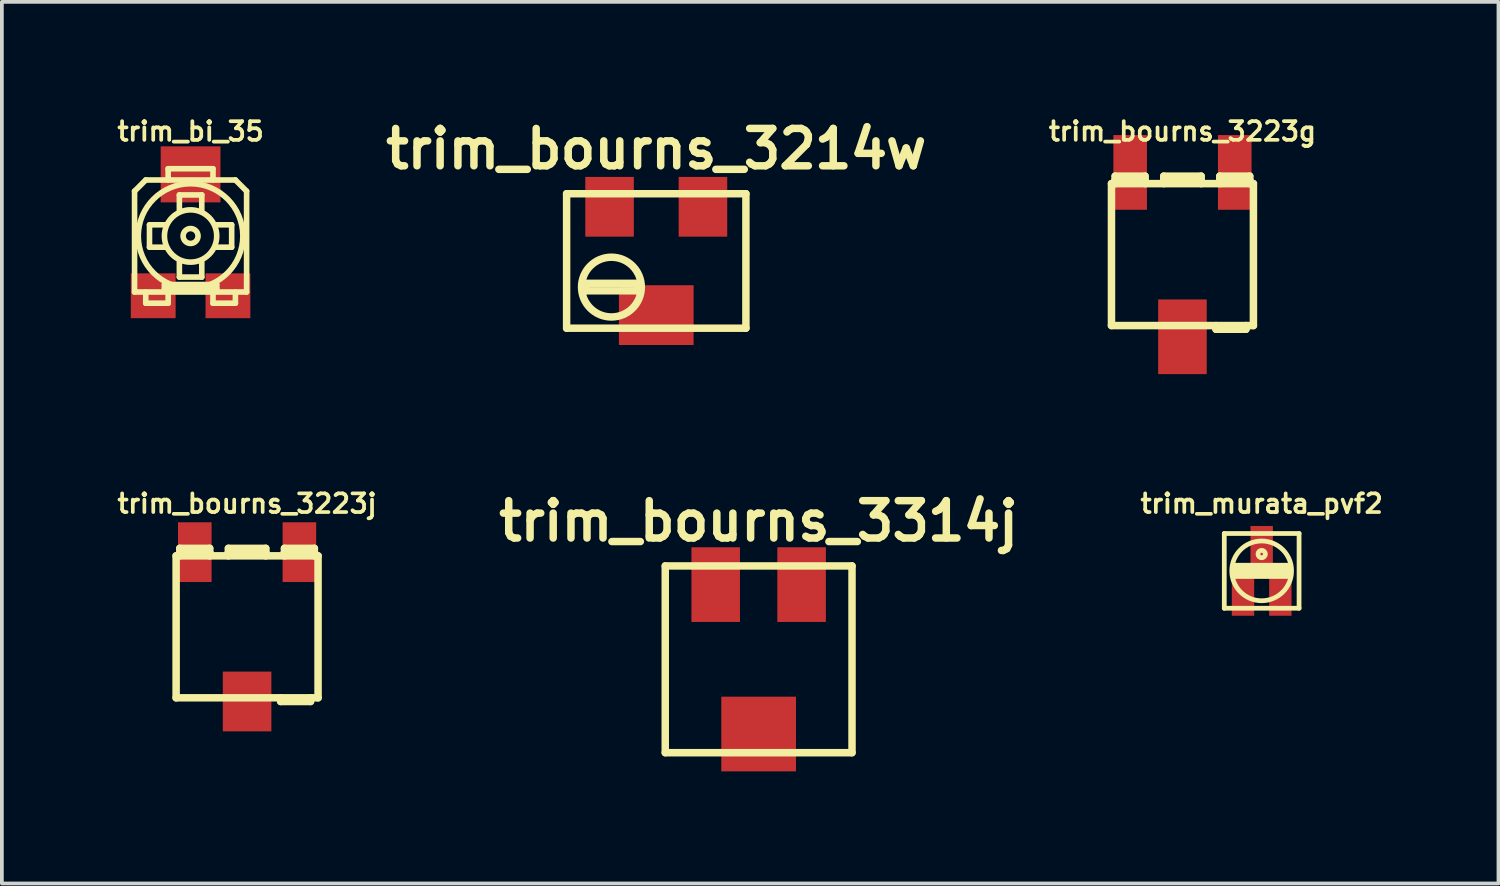
<source format=kicad_pcb>
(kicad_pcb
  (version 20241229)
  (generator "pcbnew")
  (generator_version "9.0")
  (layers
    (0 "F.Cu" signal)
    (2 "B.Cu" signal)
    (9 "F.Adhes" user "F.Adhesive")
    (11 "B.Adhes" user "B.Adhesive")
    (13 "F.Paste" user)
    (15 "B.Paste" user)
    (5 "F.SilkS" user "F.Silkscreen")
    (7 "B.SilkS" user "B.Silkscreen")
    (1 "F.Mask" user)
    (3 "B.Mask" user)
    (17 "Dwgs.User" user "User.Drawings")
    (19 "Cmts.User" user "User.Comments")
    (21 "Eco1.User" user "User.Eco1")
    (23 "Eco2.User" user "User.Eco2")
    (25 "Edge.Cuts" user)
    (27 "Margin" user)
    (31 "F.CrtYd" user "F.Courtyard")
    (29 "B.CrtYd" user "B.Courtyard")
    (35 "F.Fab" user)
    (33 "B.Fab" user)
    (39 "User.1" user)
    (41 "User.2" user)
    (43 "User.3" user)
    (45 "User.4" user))
  (footprint "trim_bourns_3314j"
    (layer "F.Cu")
    (at 17.26 14.601)
    (property "Reference" "trim_bourns_3314j" (at 0 -3.7 0) (layer "F.SilkS") (effects (font (size 1 1) (thickness 0.2))))
    (attr smd)
    (fp_line (start -2.5 -2.5) (end -2.5 2.5) (stroke (width 0.2) (type solid)) (layer "F.SilkS"))
    (fp_line (start -2.5 2.5) (end 2.5 2.5) (stroke (width 0.2) (type solid)) (layer "F.SilkS"))
    (fp_line (start 2.5 -2.5) (end -2.5 -2.5) (stroke (width 0.2) (type solid)) (layer "F.SilkS"))
    (fp_line (start 2.5 2.5) (end 2.5 -2.5) (stroke (width 0.2) (type solid)) (layer "F.SilkS"))
    (pad "1" smd rect (at 1.15 -2) (size 1.3 2) (layers "F.Cu" "F.Mask" "F.Paste"))
    (pad "2" smd rect (at 0 2) (size 2 2) (layers "F.Cu" "F.Mask" "F.Paste"))
    (pad "3" smd rect (at -1.15 -2) (size 1.3 2) (layers "F.Cu" "F.Mask" "F.Paste")))
  (footprint "trim_bi_35"
    (layer "F.Cu")
    (at 2.052 3.268)
    (property "Reference" "trim_bi_35" (at 0 -2.8 0) (layer "F.SilkS") (effects (font (size 0.5 0.5) (thickness 0.1))))
    (attr smd)
    (fp_line (start -1.5 1.5) (end -1.5 -1.2) (stroke (width 0.15) (type solid)) (layer "F.SilkS"))
    (fp_line (start -1.2 -1.5) (end -1.5 -1.2) (stroke (width 0.15) (type solid)) (layer "F.SilkS"))
    (fp_line (start -1.2 -1.5) (end 1.2 -1.5) (stroke (width 0.15) (type solid)) (layer "F.SilkS"))
    (fp_line (start -1.2 1.8) (end -1.2 1.5) (stroke (width 0.15) (type solid)) (layer "F.SilkS"))
    (fp_line (start -1.1 -0.3) (end -0.7 -0.3) (stroke (width 0.15) (type solid)) (layer "F.SilkS"))
    (fp_line (start -1.1 0.3) (end -1.1 -0.3) (stroke (width 0.15) (type solid)) (layer "F.SilkS"))
    (fp_line (start -0.7 0.3) (end -1.1 0.3) (stroke (width 0.15) (type solid)) (layer "F.SilkS"))
    (fp_line (start -0.7 1.3) (end 0.7 1.3) (stroke (width 0.15) (type solid)) (layer "F.SilkS"))
    (fp_line (start -0.7 1.4) (end -0.7 1.3) (stroke (width 0.15) (type solid)) (layer "F.SilkS"))
    (fp_line (start -0.6 -1.8) (end 0.6 -1.8) (stroke (width 0.15) (type solid)) (layer "F.SilkS"))
    (fp_line (start -0.6 -1.5) (end -0.6 -1.8) (stroke (width 0.15) (type solid)) (layer "F.SilkS"))
    (fp_line (start -0.6 1.5) (end -0.6 1.8) (stroke (width 0.15) (type solid)) (layer "F.SilkS"))
    (fp_line (start -0.6 1.8) (end -1.2 1.8) (stroke (width 0.15) (type solid)) (layer "F.SilkS"))
    (fp_line (start -0.3 -1.1) (end 0.3 -1.1) (stroke (width 0.15) (type solid)) (layer "F.SilkS"))
    (fp_line (start -0.3 -0.7) (end -0.3 -1.1) (stroke (width 0.15) (type solid)) (layer "F.SilkS"))
    (fp_line (start -0.3 1.1) (end -0.3 0.7) (stroke (width 0.15) (type solid)) (layer "F.SilkS"))
    (fp_line (start 0.3 -1.1) (end 0.3 -0.7) (stroke (width 0.15) (type solid)) (layer "F.SilkS"))
    (fp_line (start 0.3 0.7) (end 0.3 1.1) (stroke (width 0.15) (type solid)) (layer "F.SilkS"))
    (fp_line (start 0.3 1.1) (end -0.3 1.1) (stroke (width 0.15) (type solid)) (layer "F.SilkS"))
    (fp_line (start 0.6 -1.8) (end 0.6 -1.5) (stroke (width 0.15) (type solid)) (layer "F.SilkS"))
    (fp_line (start 0.6 1.8) (end 0.6 1.5) (stroke (width 0.15) (type solid)) (layer "F.SilkS"))
    (fp_line (start 0.7 -0.3) (end 1.1 -0.3) (stroke (width 0.15) (type solid)) (layer "F.SilkS"))
    (fp_line (start 0.7 1.4) (end -0.7 1.4) (stroke (width 0.15) (type solid)) (layer "F.SilkS"))
    (fp_line (start 0.7 1.4) (end 0.7 1.3) (stroke (width 0.15) (type solid)) (layer "F.SilkS"))
    (fp_line (start 1.1 -0.3) (end 1.1 0.3) (stroke (width 0.15) (type solid)) (layer "F.SilkS"))
    (fp_line (start 1.1 0.3) (end 0.7 0.3) (stroke (width 0.15) (type solid)) (layer "F.SilkS"))
    (fp_line (start 1.2 -1.5) (end 1.5 -1.2) (stroke (width 0.15) (type solid)) (layer "F.SilkS"))
    (fp_line (start 1.2 1.5) (end 1.2 1.8) (stroke (width 0.15) (type solid)) (layer "F.SilkS"))
    (fp_line (start 1.2 1.8) (end 0.6 1.8) (stroke (width 0.15) (type solid)) (layer "F.SilkS"))
    (fp_line (start 1.5 -1.2) (end 1.5 1.5) (stroke (width 0.15) (type solid)) (layer "F.SilkS"))
    (fp_line (start 1.5 1.5) (end -1.5 1.5) (stroke (width 0.15) (type solid)) (layer "F.SilkS"))
    (fp_circle (center 0 0) (end 0.2 0) (stroke (width 0.15) (type solid)) (fill no) (layer "F.SilkS"))
    (fp_circle (center 0 0) (end 0.7 0) (stroke (width 0.15) (type solid)) (fill no) (layer "F.SilkS"))
    (fp_circle (center 0 0) (end 1.4 0) (stroke (width 0.15) (type solid)) (fill no) (layer "F.SilkS"))
    (pad "1" smd rect (at -1 1.6) (size 1.2 1.2) (layers "F.Cu" "F.Mask" "F.Paste"))
    (pad "2" smd rect (at 0 -1.65) (size 1.6 1.5) (layers "F.Cu" "F.Mask" "F.Paste"))
    (pad "3" smd rect (at 1 1.6) (size 1.2 1.2) (layers "F.Cu" "F.Mask" "F.Paste")))
  (footprint "trim_bourns_3223g"
    (layer "F.Cu")
    (at 28.606 3.766)
    (property "Reference" "trim_bourns_3223g" (at 0 -3.299 0) (layer "F.SilkS") (effects (font (size 0.5 0.5) (thickness 0.099))))
    (attr smd)
    (fp_line (start -1.9 -1.9) (end 1.9 -1.9) (stroke (width 0.201) (type solid)) (layer "F.SilkS"))
    (fp_line (start -1.9 1.9) (end -1.9 -1.9) (stroke (width 0.201) (type solid)) (layer "F.SilkS"))
    (fp_line (start -1.801 -2.101) (end -1.801 -1.999) (stroke (width 0.201) (type solid)) (layer "F.SilkS"))
    (fp_line (start -1.801 -1.999) (end -1.001 -1.999) (stroke (width 0.201) (type solid)) (layer "F.SilkS"))
    (fp_line (start -1.801 -1.9) (end -1.801 -1.999) (stroke (width 0.201) (type solid)) (layer "F.SilkS"))
    (fp_line (start -1.001 -2.101) (end -1.801 -2.101) (stroke (width 0.201) (type solid)) (layer "F.SilkS"))
    (fp_line (start -1.001 -1.999) (end -1.001 -2.101) (stroke (width 0.201) (type solid)) (layer "F.SilkS"))
    (fp_line (start -1.001 -1.999) (end -1.001 -1.9) (stroke (width 0.201) (type solid)) (layer "F.SilkS"))
    (fp_line (start -0.5 -2.101) (end -0.5 -1.999) (stroke (width 0.201) (type solid)) (layer "F.SilkS"))
    (fp_line (start -0.5 -1.999) (end 0.5 -1.999) (stroke (width 0.201) (type solid)) (layer "F.SilkS"))
    (fp_line (start -0.5 -1.9) (end -0.5 -1.999) (stroke (width 0.201) (type solid)) (layer "F.SilkS"))
    (fp_line (start 0.5 -2.101) (end -0.5 -2.101) (stroke (width 0.201) (type solid)) (layer "F.SilkS"))
    (fp_line (start 0.5 -1.999) (end 0.5 -2.101) (stroke (width 0.201) (type solid)) (layer "F.SilkS"))
    (fp_line (start 0.5 -1.999) (end 0.5 -1.9) (stroke (width 0.201) (type solid)) (layer "F.SilkS"))
    (fp_line (start 0.899 1.9) (end 0.899 1.999) (stroke (width 0.201) (type solid)) (layer "F.SilkS"))
    (fp_line (start 0.899 1.999) (end 1.699 1.999) (stroke (width 0.201) (type solid)) (layer "F.SilkS"))
    (fp_line (start 1.001 -2.101) (end 1.001 -1.999) (stroke (width 0.201) (type solid)) (layer "F.SilkS"))
    (fp_line (start 1.001 -1.999) (end 1.801 -1.999) (stroke (width 0.201) (type solid)) (layer "F.SilkS"))
    (fp_line (start 1.001 -1.9) (end 1.001 -1.999) (stroke (width 0.201) (type solid)) (layer "F.SilkS"))
    (fp_line (start 1.699 1.999) (end 1.699 1.9) (stroke (width 0.201) (type solid)) (layer "F.SilkS"))
    (fp_line (start 1.801 -2.101) (end 1.001 -2.101) (stroke (width 0.201) (type solid)) (layer "F.SilkS"))
    (fp_line (start 1.801 -1.999) (end 1.801 -2.101) (stroke (width 0.201) (type solid)) (layer "F.SilkS"))
    (fp_line (start 1.801 -1.999) (end 1.801 -1.9) (stroke (width 0.201) (type solid)) (layer "F.SilkS"))
    (fp_line (start 1.9 -1.9) (end 1.9 1.9) (stroke (width 0.201) (type solid)) (layer "F.SilkS"))
    (fp_line (start 1.9 1.9) (end -1.9 1.9) (stroke (width 0.201) (type solid)) (layer "F.SilkS"))
    (pad "1" smd rect (at -1.4 -2.2) (size 0.899 1.999) (layers "F.Cu" "F.Mask" "F.Paste"))
    (pad "2" smd rect (at 0 2.2) (size 1.3 1.999) (layers "F.Cu" "F.Mask" "F.Paste"))
    (pad "3" smd rect (at 1.4 -2.2) (size 0.899 1.999) (layers "F.Cu" "F.Mask" "F.Paste")))
  (footprint "trim_murata_pvf2"
    (layer "F.Cu")
    (at 30.727 12.233)
    (property "Reference" "trim_murata_pvf2" (at 0 -1.801 0) (layer "F.SilkS") (effects (font (size 0.5 0.5) (thickness 0.099))))
    (attr smd)
    (fp_line (start -1.001 -1.001) (end 1.001 -1.001) (stroke (width 0.127) (type solid)) (layer "F.SilkS"))
    (fp_line (start -1.001 1.001) (end -1.001 -1.001) (stroke (width 0.127) (type solid)) (layer "F.SilkS"))
    (fp_line (start -0.749 -0.15) (end 0.749 -0.15) (stroke (width 0.127) (type solid)) (layer "F.SilkS"))
    (fp_line (start -0.749 -0.051) (end 0.749 -0.051) (stroke (width 0.127) (type solid)) (layer "F.SilkS"))
    (fp_line (start -0.749 0.15) (end -0.749 -0.15) (stroke (width 0.127) (type solid)) (layer "F.SilkS"))
    (fp_line (start 0.749 -0.15) (end 0.749 0.15) (stroke (width 0.127) (type solid)) (layer "F.SilkS"))
    (fp_line (start 0.749 0.051) (end -0.749 0.051) (stroke (width 0.127) (type solid)) (layer "F.SilkS"))
    (fp_line (start 0.749 0.15) (end -0.749 0.15) (stroke (width 0.127) (type solid)) (layer "F.SilkS"))
    (fp_line (start 1.001 -1.001) (end 1.001 1.001) (stroke (width 0.127) (type solid)) (layer "F.SilkS"))
    (fp_line (start 1.001 1.001) (end -1.001 1.001) (stroke (width 0.127) (type solid)) (layer "F.SilkS"))
    (fp_circle (center 0 -0.45) (end -0.099 -0.45) (stroke (width 0.127) (type solid)) (fill no) (layer "F.SilkS"))
    (fp_circle (center 0 0) (end -0.8 0) (stroke (width 0.127) (type solid)) (fill no) (layer "F.SilkS"))
    (pad "1" smd rect (at -0.5 0.701) (size 0.599 1.001) (layers "F.Cu" "F.Mask" "F.Paste"))
    (pad "2" smd rect (at 0 -0.701) (size 0.599 1.001) (layers "F.Cu" "F.Mask" "F.Paste"))
    (pad "3" smd rect (at 0.5 0.701) (size 0.599 1.001) (layers "F.Cu" "F.Mask" "F.Paste")))
  (footprint "trim_bourns_3223j"
    (layer "F.Cu")
    (at 3.565 13.731)
    (property "Reference" "trim_bourns_3223j" (at 0 -3.299 0) (layer "F.SilkS") (effects (font (size 0.5 0.5) (thickness 0.099))))
    (attr smd)
    (fp_line (start -1.9 -1.9) (end 1.9 -1.9) (stroke (width 0.201) (type solid)) (layer "F.SilkS"))
    (fp_line (start -1.9 1.9) (end -1.9 -1.9) (stroke (width 0.201) (type solid)) (layer "F.SilkS"))
    (fp_line (start -1.801 -2.101) (end -1.801 -1.999) (stroke (width 0.201) (type solid)) (layer "F.SilkS"))
    (fp_line (start -1.801 -1.999) (end -1.001 -1.999) (stroke (width 0.201) (type solid)) (layer "F.SilkS"))
    (fp_line (start -1.801 -1.9) (end -1.801 -1.999) (stroke (width 0.201) (type solid)) (layer "F.SilkS"))
    (fp_line (start -1.001 -2.101) (end -1.801 -2.101) (stroke (width 0.201) (type solid)) (layer "F.SilkS"))
    (fp_line (start -1.001 -1.999) (end -1.001 -2.101) (stroke (width 0.201) (type solid)) (layer "F.SilkS"))
    (fp_line (start -1.001 -1.999) (end -1.001 -1.9) (stroke (width 0.201) (type solid)) (layer "F.SilkS"))
    (fp_line (start -0.5 -2.101) (end -0.5 -1.999) (stroke (width 0.201) (type solid)) (layer "F.SilkS"))
    (fp_line (start -0.5 -1.999) (end 0.5 -1.999) (stroke (width 0.201) (type solid)) (layer "F.SilkS"))
    (fp_line (start -0.5 -1.9) (end -0.5 -1.999) (stroke (width 0.201) (type solid)) (layer "F.SilkS"))
    (fp_line (start 0.5 -2.101) (end -0.5 -2.101) (stroke (width 0.201) (type solid)) (layer "F.SilkS"))
    (fp_line (start 0.5 -1.999) (end 0.5 -2.101) (stroke (width 0.201) (type solid)) (layer "F.SilkS"))
    (fp_line (start 0.5 -1.999) (end 0.5 -1.9) (stroke (width 0.201) (type solid)) (layer "F.SilkS"))
    (fp_line (start 0.899 1.9) (end 0.899 1.999) (stroke (width 0.201) (type solid)) (layer "F.SilkS"))
    (fp_line (start 0.899 1.999) (end 1.699 1.999) (stroke (width 0.201) (type solid)) (layer "F.SilkS"))
    (fp_line (start 1.001 -2.101) (end 1.001 -1.999) (stroke (width 0.201) (type solid)) (layer "F.SilkS"))
    (fp_line (start 1.001 -1.999) (end 1.801 -1.999) (stroke (width 0.201) (type solid)) (layer "F.SilkS"))
    (fp_line (start 1.001 -1.9) (end 1.001 -1.999) (stroke (width 0.201) (type solid)) (layer "F.SilkS"))
    (fp_line (start 1.699 1.999) (end 1.699 1.9) (stroke (width 0.201) (type solid)) (layer "F.SilkS"))
    (fp_line (start 1.801 -2.101) (end 1.001 -2.101) (stroke (width 0.201) (type solid)) (layer "F.SilkS"))
    (fp_line (start 1.801 -1.999) (end 1.801 -2.101) (stroke (width 0.201) (type solid)) (layer "F.SilkS"))
    (fp_line (start 1.801 -1.999) (end 1.801 -1.9) (stroke (width 0.201) (type solid)) (layer "F.SilkS"))
    (fp_line (start 1.9 -1.9) (end 1.9 1.9) (stroke (width 0.201) (type solid)) (layer "F.SilkS"))
    (fp_line (start 1.9 1.9) (end -1.9 1.9) (stroke (width 0.201) (type solid)) (layer "F.SilkS"))
    (pad "1" smd rect (at -1.4 -1.999) (size 0.899 1.6) (layers "F.Cu" "F.Mask" "F.Paste"))
    (pad "2" smd rect (at 0 1.999) (size 1.3 1.6) (layers "F.Cu" "F.Mask" "F.Paste"))
    (pad "3" smd rect (at 1.4 -1.999) (size 0.899 1.6) (layers "F.Cu" "F.Mask" "F.Paste")))
  (footprint "trim_bourns_3214w"
    (layer "F.Cu")
    (at 14.519 3.936)
    (property "Reference" "trim_bourns_3214w" (at 0 -3 0) (layer "F.SilkS") (effects (font (size 1 1) (thickness 0.2))))
    (attr smd)
    (fp_line (start -2.4 -1.8) (end -2.4 1.8) (stroke (width 0.2) (type solid)) (layer "F.SilkS"))
    (fp_line (start -2.4 1.8) (end 2.4 1.8) (stroke (width 0.2) (type solid)) (layer "F.SilkS"))
    (fp_line (start -1.9 0.6) (end -0.5 0.6) (stroke (width 0.2) (type solid)) (layer "F.SilkS"))
    (fp_line (start -1.9 0.8) (end -1.9 0.6) (stroke (width 0.2) (type solid)) (layer "F.SilkS"))
    (fp_line (start -0.5 0.6) (end -0.5 0.8) (stroke (width 0.2) (type solid)) (layer "F.SilkS"))
    (fp_line (start -0.5 0.8) (end -1.9 0.8) (stroke (width 0.2) (type solid)) (layer "F.SilkS"))
    (fp_line (start 2.4 -1.8) (end -2.4 -1.8) (stroke (width 0.2) (type solid)) (layer "F.SilkS"))
    (fp_line (start 2.4 1.8) (end 2.4 -1.8) (stroke (width 0.2) (type solid)) (layer "F.SilkS"))
    (fp_circle (center -1.2 0.7) (end -0.4 0.7) (stroke (width 0.2) (type solid)) (fill no) (layer "F.SilkS"))
    (pad "1" smd rect (at 1.25 -1.45) (size 1.3 1.6) (layers "F.Cu" "F.Mask" "F.Paste"))
    (pad "2" smd rect (at 0 1.45) (size 2 1.6) (layers "F.Cu" "F.Mask" "F.Paste"))
    (pad "3" smd rect (at -1.25 -1.45) (size 1.3 1.6) (layers "F.Cu" "F.Mask" "F.Paste")))
  (gr_rect
    (start -3 -3)
    (end 37.066 20.601)
    (stroke (width 0.1) (type default))
    (fill no)
    (layer "Edge.Cuts")))
</source>
